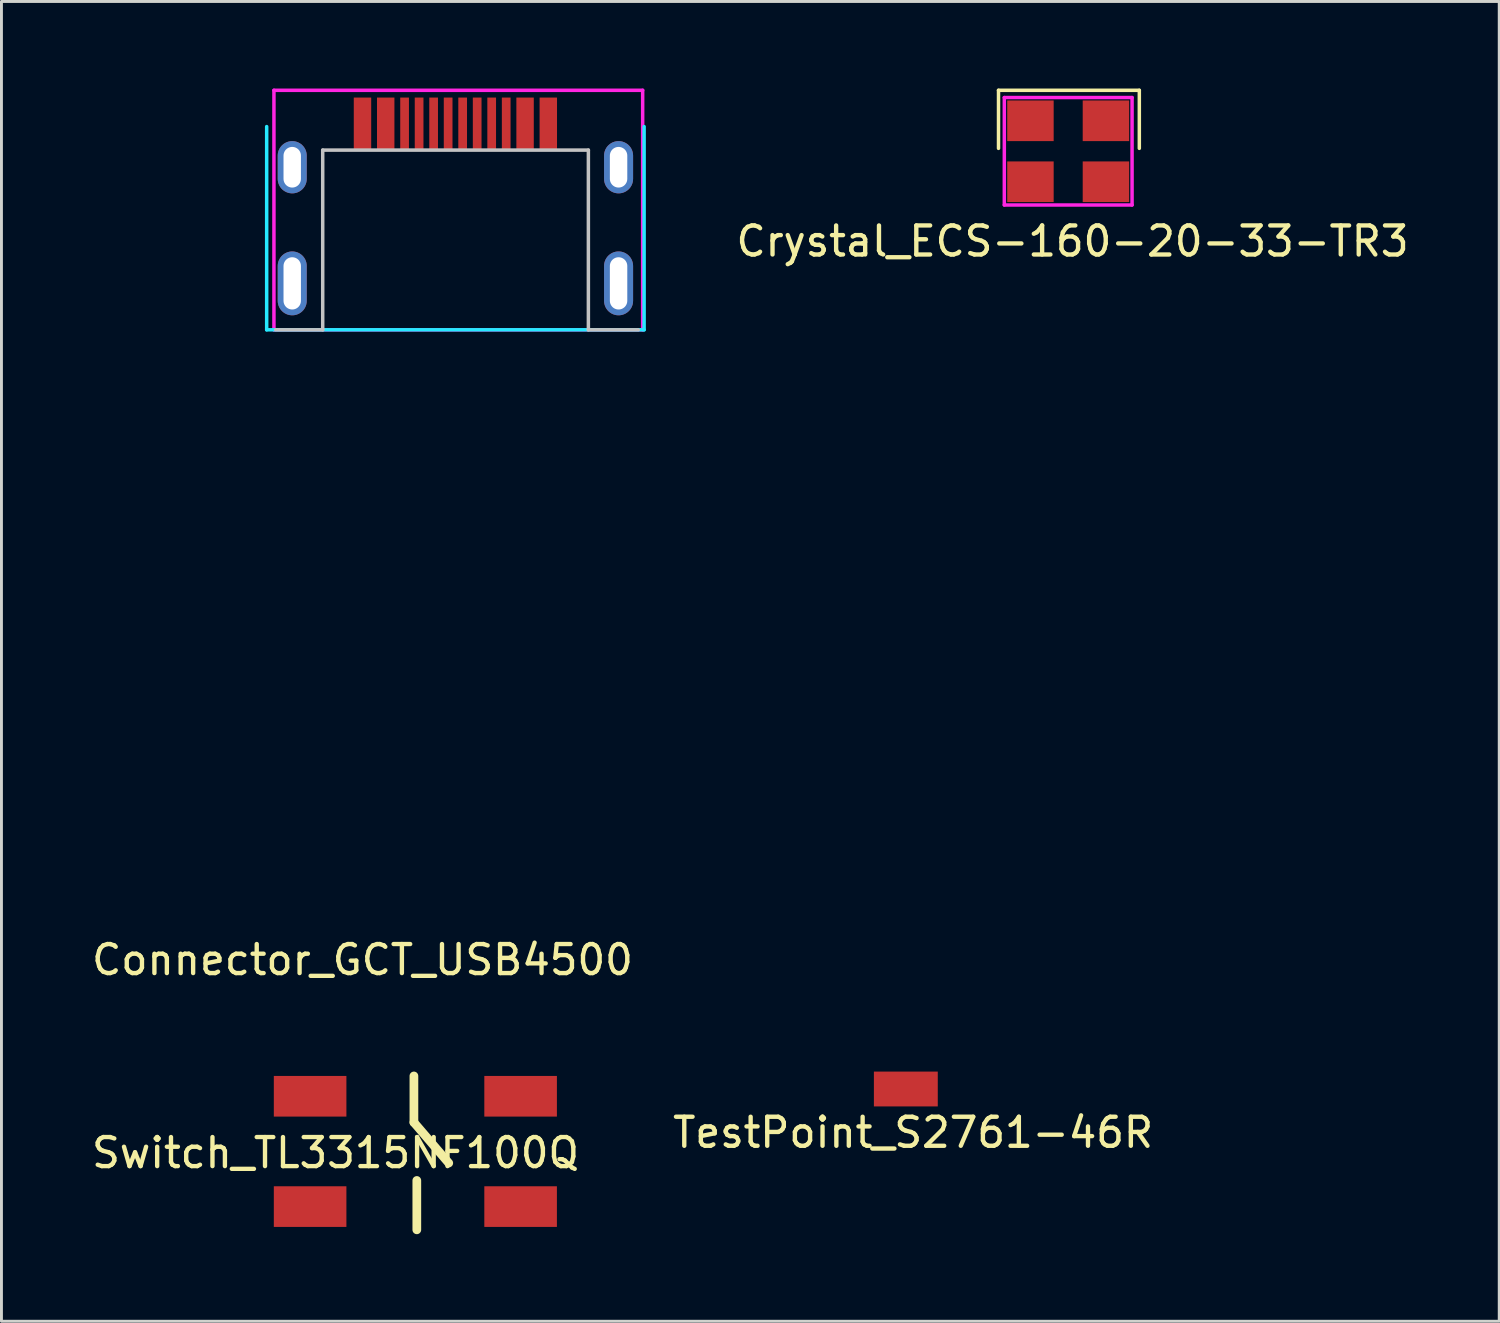
<source format=kicad_pcb>
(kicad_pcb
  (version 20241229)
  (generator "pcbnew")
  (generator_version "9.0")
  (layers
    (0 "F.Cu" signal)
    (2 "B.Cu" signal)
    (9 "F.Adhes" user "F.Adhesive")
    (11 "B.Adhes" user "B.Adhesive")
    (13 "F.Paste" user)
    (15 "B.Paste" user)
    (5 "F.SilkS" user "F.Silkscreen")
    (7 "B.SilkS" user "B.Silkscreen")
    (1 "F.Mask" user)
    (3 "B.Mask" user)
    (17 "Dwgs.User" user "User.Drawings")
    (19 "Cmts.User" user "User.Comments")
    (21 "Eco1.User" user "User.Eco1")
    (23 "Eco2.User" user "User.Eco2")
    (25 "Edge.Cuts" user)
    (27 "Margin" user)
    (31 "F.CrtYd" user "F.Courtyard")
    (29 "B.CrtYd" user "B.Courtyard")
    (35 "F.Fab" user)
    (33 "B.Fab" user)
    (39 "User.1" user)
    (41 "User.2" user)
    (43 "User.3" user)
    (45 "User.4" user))
  (footprint "TestPoint_S2761-46R"
    (layer "F.Cu")
    (at 28.149 34.458)
    (property "Reference" "TestPoint_S2761-46R" (at 0.25 1.5 0) (layer "F.SilkS") (effects (font (size 1 1) (thickness 0.15))))
    (attr through_hole)
    (pad "1" smd rect (at 0 0) (size 2.2 1.2) (layers "F.Cu" "F.Mask" "F.Paste")))
  (footprint "Crystal_ECS-160-20-33-TR3"
    (layer "F.Cu")
    (at 33.741 2.16)
    (property "Reference" "Crystal_ECS-160-20-33-TR3" (at 0.15 3.1 0) (layer "F.SilkS") (effects (font (size 1 1) (thickness 0.15))))
    (attr through_hole)
    (fp_line (start -2.4 -0.1) (end -2.4 -2.1) (stroke (width 0.12) (type solid)) (layer "F.SilkS"))
    (fp_line (start 2.45 -2.1) (end -2.4 -2.1) (stroke (width 0.12) (type solid)) (layer "F.SilkS"))
    (fp_line (start 2.45 -0.1) (end 2.45 -2.1) (stroke (width 0.12) (type solid)) (layer "F.SilkS"))
    (fp_line (start -2.2 -1.85) (end -2.2 1.85) (stroke (width 0.12) (type solid)) (layer "F.CrtYd"))
    (fp_line (start -2.2 1.85) (end 2.2 1.85) (stroke (width 0.12) (type solid)) (layer "F.CrtYd"))
    (fp_line (start 2.2 -1.85) (end -2.2 -1.85) (stroke (width 0.12) (type solid)) (layer "F.CrtYd"))
    (fp_line (start 2.2 1.85) (end 2.2 -1.85) (stroke (width 0.12) (type solid)) (layer "F.CrtYd"))
    (pad "1" smd rect (at -1.3 1.05) (size 1.6 1.4) (layers "F.Cu" "F.Mask" "F.Paste"))
    (pad "2" smd rect (at 1.3 1.05) (size 1.6 1.4) (layers "F.Cu" "F.Mask" "F.Paste"))
    (pad "3" smd rect (at 1.3 -1.05) (size 1.6 1.4) (layers "F.Cu" "F.Mask" "F.Paste"))
    (pad "4" smd rect (at -1.3 -1.05) (size 1.6 1.4) (layers "F.Cu" "F.Mask" "F.Paste")))
  (footprint "Switch_TL3315NF100Q"
    (layer "F.Cu")
    (at 11.256 36.608)
    (property "Reference" "Switch_TL3315NF100Q" (at -2.75 0.05 0) (layer "F.SilkS") (effects (font (size 1 1) (thickness 0.15))))
    (attr through_hole)
    (fp_line (start -0.05 -2.6) (end -0.05 -1) (stroke (width 0.3) (type solid)) (layer "F.SilkS"))
    (fp_line (start -0.05 -1) (end 1.15 0.4) (stroke (width 0.3) (type solid)) (layer "F.SilkS"))
    (fp_line (start 0.05 1) (end 0.05 2.7) (stroke (width 0.3) (type solid)) (layer "F.SilkS"))
    (pad "1" smd rect (at -3.625 -1.9) (size 2.5 1.4) (layers "F.Cu" "F.Mask" "F.Paste"))
    (pad "1" smd rect (at 3.625 -1.9) (size 2.5 1.4) (layers "F.Cu" "F.Mask" "F.Paste"))
    (pad "2" smd rect (at -3.625 1.9) (size 2.5 1.4) (layers "F.Cu" "F.Mask" "F.Paste"))
    (pad "2" smd rect (at 3.625 1.9) (size 2.5 1.4) (layers "F.Cu" "F.Mask" "F.Paste")))
  (footprint "Connector_GCT_USB4500"
    (layer "F.Cu")
    (at 12.635 8.31)
    (property "Reference" "Connector_GCT_USB4500" (at -3.2 21.7 0) (layer "F.SilkS") (effects (font (size 1 1) (thickness 0.15))))
    (attr through_hole)
    (fp_line (start -6.19 0) (end -4.57 0) (stroke (width 0.12) (type solid)) (layer "Dwgs.User"))
    (fp_line (start -4.57 -6.19) (end 4.58 -6.19) (stroke (width 0.12) (type solid)) (layer "Dwgs.User"))
    (fp_line (start -4.57 0) (end -4.57 -6.19) (stroke (width 0.12) (type solid)) (layer "Dwgs.User"))
    (fp_line (start 4.58 -6.19) (end 4.58 0) (stroke (width 0.12) (type solid)) (layer "Dwgs.User"))
    (fp_line (start 4.58 0) (end 6.3 0) (stroke (width 0.12) (type solid)) (layer "Dwgs.User"))
    (fp_line (start -6.5 0) (end -6.5 -7) (stroke (width 0.12) (type solid)) (layer "B.CrtYd"))
    (fp_line (start 6.5 -7) (end 6.5 0) (stroke (width 0.12) (type solid)) (layer "B.CrtYd"))
    (fp_line (start 6.5 0) (end -6.5 0) (stroke (width 0.12) (type solid)) (layer "B.CrtYd"))
    (fp_line (start -6.25 -8.25) (end -6.25 0) (stroke (width 0.12) (type solid)) (layer "F.CrtYd"))
    (fp_line (start -6.25 0) (end 6.45 0) (stroke (width 0.12) (type solid)) (layer "F.CrtYd"))
    (fp_line (start 6.45 -8.25) (end -6.25 -8.25) (stroke (width 0.12) (type solid)) (layer "F.CrtYd"))
    (fp_line (start 6.45 0) (end 6.45 -8.25) (stroke (width 0.12) (type solid)) (layer "F.CrtYd"))
    (pad "A4" smd rect (at -2.4 -7.1) (size 0.6 1.8) (layers "F.Cu" "F.Mask" "F.Paste"))
    (pad "A5" smd rect (at -1.25 -7.1) (size 0.3 1.8) (layers "F.Cu" "F.Mask" "F.Paste"))
    (pad "A6" smd rect (at -0.25 -7.1) (size 0.3 1.8) (layers "F.Cu" "F.Mask" "F.Paste"))
    (pad "A7" smd rect (at 0.25 -7.1) (size 0.3 1.8) (layers "F.Cu" "F.Mask" "F.Paste"))
    (pad "A8" smd rect (at 1.25 -7.1) (size 0.3 1.8) (layers "F.Cu" "F.Mask" "F.Paste"))
    (pad "A12" smd rect (at 3.2 -7.1) (size 0.6 1.8) (layers "F.Cu" "F.Mask" "F.Paste"))
    (pad "B4" smd rect (at 2.4 -7.1) (size 0.6 1.8) (layers "F.Cu" "F.Mask" "F.Paste"))
    (pad "B5" smd rect (at 1.75 -7.1) (size 0.3 1.8) (layers "F.Cu" "F.Mask" "F.Paste"))
    (pad "B6" smd rect (at 0.75 -7.1) (size 0.3 1.8) (layers "F.Cu" "F.Mask" "F.Paste"))
    (pad "B7" smd rect (at -0.75 -7.1) (size 0.3 1.8) (layers "F.Cu" "F.Mask" "F.Paste"))
    (pad "B8" smd rect (at -1.75 -7.1) (size 0.3 1.8) (layers "F.Cu" "F.Mask" "F.Paste"))
    (pad "B12" smd rect (at -3.2 -7.1) (size 0.6 1.8) (layers "F.Cu" "F.Mask" "F.Paste"))
    (pad "S1" thru_hole oval (at -5.62 -5.6) (size 1 1.8) (drill oval 0.6 1.4) (layers "*.Cu" "*.Mask"))
    (pad "S1" thru_hole oval (at -5.62 -1.6) (size 1 2.2) (drill oval 0.6 1.8) (layers "*.Cu" "*.Mask"))
    (pad "S1" thru_hole oval (at 5.62 -5.6) (size 1 1.8) (drill oval 0.6 1.4) (layers "*.Cu" "*.Mask"))
    (pad "S1" thru_hole oval (at 5.62 -1.6) (size 1 2.2) (drill oval 0.6 1.8) (layers "*.Cu" "*.Mask")))
  (gr_rect
    (start -3 -3)
    (end 48.587 42.458)
    (stroke (width 0.1) (type default))
    (fill no)
    (layer "Edge.Cuts")))
</source>
